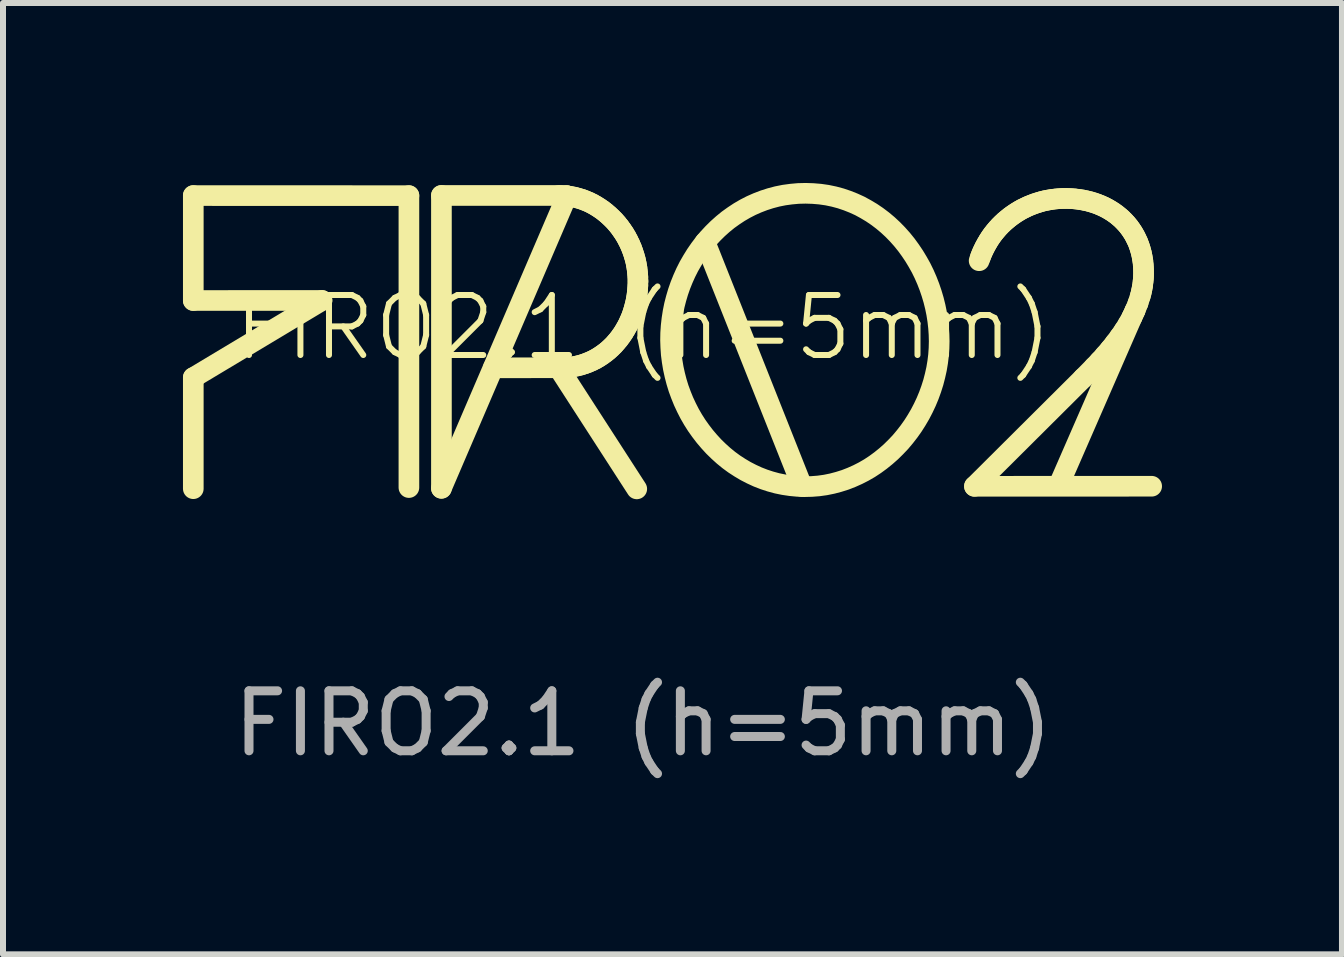
<source format=kicad_pcb>
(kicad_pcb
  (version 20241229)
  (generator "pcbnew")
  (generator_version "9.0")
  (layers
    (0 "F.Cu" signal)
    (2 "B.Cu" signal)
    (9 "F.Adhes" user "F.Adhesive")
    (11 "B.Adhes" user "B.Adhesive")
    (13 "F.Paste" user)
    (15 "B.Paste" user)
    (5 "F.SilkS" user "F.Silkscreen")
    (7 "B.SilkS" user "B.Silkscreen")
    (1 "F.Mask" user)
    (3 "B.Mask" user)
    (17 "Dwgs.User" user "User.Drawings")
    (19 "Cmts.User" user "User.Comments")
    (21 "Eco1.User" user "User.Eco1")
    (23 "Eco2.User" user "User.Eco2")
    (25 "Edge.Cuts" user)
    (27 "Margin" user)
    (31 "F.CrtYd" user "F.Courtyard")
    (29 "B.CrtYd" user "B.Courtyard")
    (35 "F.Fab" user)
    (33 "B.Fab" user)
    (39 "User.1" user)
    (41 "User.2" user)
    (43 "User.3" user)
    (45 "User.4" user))
  (footprint "FIRO2.1 (h=5mm)"
    (layer "F.Cu")
    (at 7.672 2.91)
    (property "Reference" "FIRO2.1 (h=5mm)" (at 0 -0.5 0) (unlocked yes) (layer "F.SilkS") (effects (font (size 1 1) (thickness 0.1))))
    (fp_line (start -7.5 -2.7) (end -7.5 -0.951) (stroke (width 0.344) (type solid) (color 255 255 255 1)) (layer "F.SilkS"))
    (fp_line (start -7.5 -0.951) (end -5.355 -0.952) (stroke (width 0.344) (type solid) (color 255 255 255 1)) (layer "F.SilkS"))
    (fp_line (start -7.5 0.334) (end -7.5 2.186) (stroke (width 0.344) (type solid) (color 255 255 255 1)) (layer "F.SilkS"))
    (fp_line (start -5.355 -0.952) (end -7.5 0.334) (stroke (width 0.344) (type solid) (color 255 255 255 1)) (layer "F.SilkS"))
    (fp_line (start -3.906 -2.699) (end -7.5 -2.7) (stroke (width 0.344) (type solid) (color 255 255 255 1)) (layer "F.SilkS"))
    (fp_line (start -3.906 -2.699) (end -3.906 2.167) (stroke (width 0.344) (type solid) (color 255 255 255 1)) (layer "F.SilkS"))
    (fp_line (start -3.364 2.179) (end -3.364 -2.702) (stroke (width 0.344) (type solid) (color 255 255 255 1)) (layer "F.SilkS"))
    (fp_line (start -3.364 -2.702) (end -1.402 -2.702) (stroke (width 0.344) (type solid) (color 255 255 255 1)) (layer "F.SilkS"))
    (fp_line (start -1.406 0.18) (end -0.108 2.189) (stroke (width 0.344) (type solid) (color 255 255 255 1)) (layer "F.SilkS"))
    (fp_line (start -1.402 -2.702) (end -1.271 -2.698) (stroke (width 0.344) (type solid) (color 255 255 255 1)) (layer "F.SilkS"))
    (fp_line (start -1.372 0.17) (end -2.499 0.171) (stroke (width 0.344) (type solid) (color 255 255 255 1)) (layer "F.SilkS"))
    (fp_line (start -1.336 -2.7) (end -1.272 -2.694) (stroke (width 0.344) (type solid) (color 255 255 255 1)) (layer "F.SilkS"))
    (fp_line (start -1.303 0.168) (end -1.372 0.17) (stroke (width 0.344) (type solid) (color 255 255 255 1)) (layer "F.SilkS"))
    (fp_line (start -1.272 -2.694) (end -1.207 -2.685) (stroke (width 0.344) (type solid) (color 255 255 255 1)) (layer "F.SilkS"))
    (fp_line (start -1.271 -2.698) (end -3.364 2.179) (stroke (width 0.344) (type solid) (color 255 255 255 1)) (layer "F.SilkS"))
    (fp_line (start -1.234 0.163) (end -1.303 0.168) (stroke (width 0.344) (type solid) (color 255 255 255 1)) (layer "F.SilkS"))
    (fp_line (start -1.207 -2.685) (end -1.144 -2.673) (stroke (width 0.344) (type solid) (color 255 255 255 1)) (layer "F.SilkS"))
    (fp_line (start -1.167 0.153) (end -1.234 0.163) (stroke (width 0.344) (type solid) (color 255 255 255 1)) (layer "F.SilkS"))
    (fp_line (start -1.144 -2.673) (end -1.082 -2.656) (stroke (width 0.344) (type solid) (color 255 255 255 1)) (layer "F.SilkS"))
    (fp_line (start -1.101 0.14) (end -1.167 0.153) (stroke (width 0.344) (type solid) (color 255 255 255 1)) (layer "F.SilkS"))
    (fp_line (start -1.082 -2.656) (end -1.02 -2.637) (stroke (width 0.344) (type solid) (color 255 255 255 1)) (layer "F.SilkS"))
    (fp_line (start -1.037 0.124) (end -1.101 0.14) (stroke (width 0.344) (type solid) (color 255 255 255 1)) (layer "F.SilkS"))
    (fp_line (start -1.02 -2.637) (end -0.96 -2.614) (stroke (width 0.344) (type solid) (color 255 255 255 1)) (layer "F.SilkS"))
    (fp_line (start -0.975 0.104) (end -1.037 0.124) (stroke (width 0.344) (type solid) (color 255 255 255 1)) (layer "F.SilkS"))
    (fp_line (start -0.96 -2.614) (end -0.901 -2.589) (stroke (width 0.344) (type solid) (color 255 255 255 1)) (layer "F.SilkS"))
    (fp_line (start -0.914 0.081) (end -0.975 0.104) (stroke (width 0.344) (type solid) (color 255 255 255 1)) (layer "F.SilkS"))
    (fp_line (start -0.901 -2.589) (end -0.843 -2.56) (stroke (width 0.344) (type solid) (color 255 255 255 1)) (layer "F.SilkS"))
    (fp_line (start -0.855 0.055) (end -0.914 0.081) (stroke (width 0.344) (type solid) (color 255 255 255 1)) (layer "F.SilkS"))
    (fp_line (start -0.843 -2.56) (end -0.787 -2.528) (stroke (width 0.344) (type solid) (color 255 255 255 1)) (layer "F.SilkS"))
    (fp_line (start -0.797 0.026) (end -0.855 0.055) (stroke (width 0.344) (type solid) (color 255 255 255 1)) (layer "F.SilkS"))
    (fp_line (start -0.787 -2.528) (end -0.732 -2.493) (stroke (width 0.344) (type solid) (color 255 255 255 1)) (layer "F.SilkS"))
    (fp_line (start -0.741 -0.007) (end -0.797 0.026) (stroke (width 0.344) (type solid) (color 255 255 255 1)) (layer "F.SilkS"))
    (fp_line (start -0.732 -2.493) (end -0.678 -2.456) (stroke (width 0.344) (type solid) (color 255 255 255 1)) (layer "F.SilkS"))
    (fp_line (start -0.688 -0.042) (end -0.741 -0.007) (stroke (width 0.344) (type solid) (color 255 255 255 1)) (layer "F.SilkS"))
    (fp_line (start -0.678 -2.456) (end -0.627 -2.416) (stroke (width 0.344) (type solid) (color 255 255 255 1)) (layer "F.SilkS"))
    (fp_line (start -0.636 -0.08) (end -0.688 -0.042) (stroke (width 0.344) (type solid) (color 255 255 255 1)) (layer "F.SilkS"))
    (fp_line (start -0.627 -2.416) (end -0.577 -2.373) (stroke (width 0.344) (type solid) (color 255 255 255 1)) (layer "F.SilkS"))
    (fp_line (start -0.586 -0.12) (end -0.636 -0.08) (stroke (width 0.344) (type solid) (color 255 255 255 1)) (layer "F.SilkS"))
    (fp_line (start -0.577 -2.373) (end -0.529 -2.328) (stroke (width 0.344) (type solid) (color 255 255 255 1)) (layer "F.SilkS"))
    (fp_line (start -0.538 -0.164) (end -0.586 -0.12) (stroke (width 0.344) (type solid) (color 255 255 255 1)) (layer "F.SilkS"))
    (fp_line (start -0.529 -2.328) (end -0.482 -2.281) (stroke (width 0.344) (type solid) (color 255 255 255 1)) (layer "F.SilkS"))
    (fp_line (start -0.492 -0.209) (end -0.538 -0.164) (stroke (width 0.344) (type solid) (color 255 255 255 1)) (layer "F.SilkS"))
    (fp_line (start -0.482 -2.281) (end -0.438 -2.231) (stroke (width 0.344) (type solid) (color 255 255 255 1)) (layer "F.SilkS"))
    (fp_line (start -0.449 -0.258) (end -0.492 -0.209) (stroke (width 0.344) (type solid) (color 255 255 255 1)) (layer "F.SilkS"))
    (fp_line (start -0.438 -2.231) (end -0.396 -2.179) (stroke (width 0.344) (type solid) (color 255 255 255 1)) (layer "F.SilkS"))
    (fp_line (start -0.407 -0.308) (end -0.449 -0.258) (stroke (width 0.344) (type solid) (color 255 255 255 1)) (layer "F.SilkS"))
    (fp_line (start -0.396 -2.179) (end -0.357 -2.125) (stroke (width 0.344) (type solid) (color 255 255 255 1)) (layer "F.SilkS"))
    (fp_line (start -0.368 -0.361) (end -0.407 -0.308) (stroke (width 0.344) (type solid) (color 255 255 255 1)) (layer "F.SilkS"))
    (fp_line (start -0.357 -2.125) (end -0.319 -2.069) (stroke (width 0.344) (type solid) (color 255 255 255 1)) (layer "F.SilkS"))
    (fp_line (start -0.331 -0.415) (end -0.368 -0.361) (stroke (width 0.344) (type solid) (color 255 255 255 1)) (layer "F.SilkS"))
    (fp_line (start -0.319 -2.069) (end -0.284 -2.011) (stroke (width 0.344) (type solid) (color 255 255 255 1)) (layer "F.SilkS"))
    (fp_line (start -0.297 -0.472) (end -0.331 -0.415) (stroke (width 0.344) (type solid) (color 255 255 255 1)) (layer "F.SilkS"))
    (fp_line (start -0.284 -2.011) (end -0.252 -1.951) (stroke (width 0.344) (type solid) (color 255 255 255 1)) (layer "F.SilkS"))
    (fp_line (start -0.264 -0.531) (end -0.297 -0.472) (stroke (width 0.344) (type solid) (color 255 255 255 1)) (layer "F.SilkS"))
    (fp_line (start -0.252 -1.951) (end -0.222 -1.889) (stroke (width 0.344) (type solid) (color 255 255 255 1)) (layer "F.SilkS"))
    (fp_line (start -0.235 -0.591) (end -0.264 -0.531) (stroke (width 0.344) (type solid) (color 255 255 255 1)) (layer "F.SilkS"))
    (fp_line (start -0.222 -1.889) (end -0.195 -1.826) (stroke (width 0.344) (type solid) (color 255 255 255 1)) (layer "F.SilkS"))
    (fp_line (start -0.208 -0.653) (end -0.235 -0.591) (stroke (width 0.344) (type solid) (color 255 255 255 1)) (layer "F.SilkS"))
    (fp_line (start -0.195 -1.826) (end -0.171 -1.761) (stroke (width 0.344) (type solid) (color 255 255 255 1)) (layer "F.SilkS"))
    (fp_line (start -0.183 -0.717) (end -0.208 -0.653) (stroke (width 0.344) (type solid) (color 255 255 255 1)) (layer "F.SilkS"))
    (fp_line (start -0.171 -1.761) (end -0.15 -1.695) (stroke (width 0.344) (type solid) (color 255 255 255 1)) (layer "F.SilkS"))
    (fp_line (start -0.162 -0.782) (end -0.183 -0.717) (stroke (width 0.344) (type solid) (color 255 255 255 1)) (layer "F.SilkS"))
    (fp_line (start -0.15 -1.695) (end -0.131 -1.628) (stroke (width 0.344) (type solid) (color 255 255 255 1)) (layer "F.SilkS"))
    (fp_line (start -0.143 -0.849) (end -0.162 -0.782) (stroke (width 0.344) (type solid) (color 255 255 255 1)) (layer "F.SilkS"))
    (fp_line (start -0.131 -1.628) (end -0.116 -1.559) (stroke (width 0.344) (type solid) (color 255 255 255 1)) (layer "F.SilkS"))
    (fp_line (start -0.126 -0.917) (end -0.143 -0.849) (stroke (width 0.344) (type solid) (color 255 255 255 1)) (layer "F.SilkS"))
    (fp_line (start -0.116 -1.559) (end -0.104 -1.489) (stroke (width 0.344) (type solid) (color 255 255 255 1)) (layer "F.SilkS"))
    (fp_line (start -0.113 -0.986) (end -0.126 -0.917) (stroke (width 0.344) (type solid) (color 255 255 255 1)) (layer "F.SilkS"))
    (fp_line (start -0.104 -1.489) (end -0.096 -1.418) (stroke (width 0.344) (type solid) (color 255 255 255 1)) (layer "F.SilkS"))
    (fp_line (start -0.102 -1.056) (end -0.113 -0.986) (stroke (width 0.344) (type solid) (color 255 255 255 1)) (layer "F.SilkS"))
    (fp_line (start -0.096 -1.418) (end -0.09 -1.345) (stroke (width 0.344) (type solid) (color 255 255 255 1)) (layer "F.SilkS"))
    (fp_line (start -0.095 -1.127) (end -0.102 -1.056) (stroke (width 0.344) (type solid) (color 255 255 255 1)) (layer "F.SilkS"))
    (fp_line (start -0.09 -1.345) (end -0.088 -1.272) (stroke (width 0.344) (type solid) (color 255 255 255 1)) (layer "F.SilkS"))
    (fp_line (start -0.09 -1.199) (end -0.095 -1.127) (stroke (width 0.344) (type solid) (color 255 255 255 1)) (layer "F.SilkS"))
    (fp_line (start -0.088 -1.272) (end -0.09 -1.199) (stroke (width 0.344) (type solid) (color 255 255 255 1)) (layer "F.SilkS"))
    (fp_line (start 1.031 -1.924) (end 2.649 2.15) (stroke (width 0.344) (type solid) (color 255 255 255 1)) (layer "F.SilkS"))
    (fp_line (start 5.521 2.146) (end 8.475 2.145) (stroke (width 0.344) (type solid) (color 255 255 255 1)) (layer "F.SilkS"))
    (fp_line (start 5.599 -1.614) (end 5.62 -1.674) (stroke (width 0.344) (type solid) (color 255 255 255 1)) (layer "F.SilkS"))
    (fp_line (start 5.62 -1.674) (end 5.643 -1.733) (stroke (width 0.344) (type solid) (color 255 255 255 1)) (layer "F.SilkS"))
    (fp_line (start 5.643 -1.733) (end 5.669 -1.79) (stroke (width 0.344) (type solid) (color 255 255 255 1)) (layer "F.SilkS"))
    (fp_line (start 5.669 -1.79) (end 5.696 -1.845) (stroke (width 0.344) (type solid) (color 255 255 255 1)) (layer "F.SilkS"))
    (fp_line (start 5.696 -1.845) (end 5.726 -1.899) (stroke (width 0.344) (type solid) (color 255 255 255 1)) (layer "F.SilkS"))
    (fp_line (start 5.726 -1.899) (end 5.757 -1.952) (stroke (width 0.344) (type solid) (color 255 255 255 1)) (layer "F.SilkS"))
    (fp_line (start 5.757 -1.952) (end 5.79 -2.003) (stroke (width 0.344) (type solid) (color 255 255 255 1)) (layer "F.SilkS"))
    (fp_line (start 5.79 -2.003) (end 5.825 -2.052) (stroke (width 0.344) (type solid) (color 255 255 255 1)) (layer "F.SilkS"))
    (fp_line (start 5.825 -2.052) (end 5.862 -2.099) (stroke (width 0.344) (type solid) (color 255 255 255 1)) (layer "F.SilkS"))
    (fp_line (start 5.862 -2.099) (end 5.901 -2.145) (stroke (width 0.344) (type solid) (color 255 255 255 1)) (layer "F.SilkS"))
    (fp_line (start 5.901 -2.145) (end 5.941 -2.189) (stroke (width 0.344) (type solid) (color 255 255 255 1)) (layer "F.SilkS"))
    (fp_line (start 5.941 -2.189) (end 5.983 -2.231) (stroke (width 0.344) (type solid) (color 255 255 255 1)) (layer "F.SilkS"))
    (fp_line (start 5.983 -2.231) (end 6.026 -2.271) (stroke (width 0.344) (type solid) (color 255 255 255 1)) (layer "F.SilkS"))
    (fp_line (start 6.026 -2.271) (end 6.071 -2.309) (stroke (width 0.344) (type solid) (color 255 255 255 1)) (layer "F.SilkS"))
    (fp_line (start 6.071 -2.309) (end 6.117 -2.346) (stroke (width 0.344) (type solid) (color 255 255 255 1)) (layer "F.SilkS"))
    (fp_line (start 6.117 -2.346) (end 6.164 -2.38) (stroke (width 0.344) (type solid) (color 255 255 255 1)) (layer "F.SilkS"))
    (fp_line (start 6.164 -2.38) (end 6.213 -2.413) (stroke (width 0.344) (type solid) (color 255 255 255 1)) (layer "F.SilkS"))
    (fp_line (start 6.213 -2.413) (end 6.263 -2.444) (stroke (width 0.344) (type solid) (color 255 255 255 1)) (layer "F.SilkS"))
    (fp_line (start 6.263 -2.444) (end 6.314 -2.473) (stroke (width 0.344) (type solid) (color 255 255 255 1)) (layer "F.SilkS"))
    (fp_line (start 6.314 -2.473) (end 6.367 -2.499) (stroke (width 0.344) (type solid) (color 255 255 255 1)) (layer "F.SilkS"))
    (fp_line (start 6.367 -2.499) (end 6.42 -2.524) (stroke (width 0.344) (type solid) (color 255 255 255 1)) (layer "F.SilkS"))
    (fp_line (start 6.42 -2.524) (end 6.474 -2.546) (stroke (width 0.344) (type solid) (color 255 255 255 1)) (layer "F.SilkS"))
    (fp_line (start 6.474 -2.546) (end 6.53 -2.567) (stroke (width 0.344) (type solid) (color 255 255 255 1)) (layer "F.SilkS"))
    (fp_line (start 6.53 -2.567) (end 6.586 -2.585) (stroke (width 0.344) (type solid) (color 255 255 255 1)) (layer "F.SilkS"))
    (fp_line (start 6.586 -2.585) (end 6.643 -2.602) (stroke (width 0.344) (type solid) (color 255 255 255 1)) (layer "F.SilkS"))
    (fp_line (start 6.643 -2.602) (end 6.7 -2.616) (stroke (width 0.344) (type solid) (color 255 255 255 1)) (layer "F.SilkS"))
    (fp_line (start 6.7 -2.616) (end 6.759 -2.627) (stroke (width 0.344) (type solid) (color 255 255 255 1)) (layer "F.SilkS"))
    (fp_line (start 6.759 -2.627) (end 6.818 -2.637) (stroke (width 0.344) (type solid) (color 255 255 255 1)) (layer "F.SilkS"))
    (fp_line (start 6.818 -2.637) (end 6.878 -2.644) (stroke (width 0.344) (type solid) (color 255 255 255 1)) (layer "F.SilkS"))
    (fp_line (start 6.878 -2.644) (end 6.938 -2.649) (stroke (width 0.344) (type solid) (color 255 255 255 1)) (layer "F.SilkS"))
    (fp_line (start 6.931 2.117) (end 8.195 -0.781) (stroke (width 0.344) (type solid) (color 255 255 255 1)) (layer "F.SilkS"))
    (fp_line (start 6.938 -2.649) (end 6.998 -2.652) (stroke (width 0.344) (type solid) (color 255 255 255 1)) (layer "F.SilkS"))
    (fp_line (start 6.998 -2.652) (end 7.059 -2.652) (stroke (width 0.344) (type solid) (color 255 255 255 1)) (layer "F.SilkS"))
    (fp_line (start 7.059 -2.652) (end 7.126 -2.65) (stroke (width 0.344) (type solid) (color 255 255 255 1)) (layer "F.SilkS"))
    (fp_line (start 7.126 -2.65) (end 7.193 -2.645) (stroke (width 0.344) (type solid) (color 255 255 255 1)) (layer "F.SilkS"))
    (fp_line (start 7.193 -2.645) (end 7.258 -2.637) (stroke (width 0.344) (type solid) (color 255 255 255 1)) (layer "F.SilkS"))
    (fp_line (start 7.258 -2.637) (end 7.322 -2.627) (stroke (width 0.344) (type solid) (color 255 255 255 1)) (layer "F.SilkS"))
    (fp_line (start 7.322 -2.627) (end 7.384 -2.614) (stroke (width 0.344) (type solid) (color 255 255 255 1)) (layer "F.SilkS"))
    (fp_line (start 7.335 0.34) (end 5.521 2.146) (stroke (width 0.344) (type solid) (color 255 255 255 1)) (layer "F.SilkS"))
    (fp_line (start 7.384 -2.614) (end 7.446 -2.599) (stroke (width 0.344) (type solid) (color 255 255 255 1)) (layer "F.SilkS"))
    (fp_line (start 7.446 -2.599) (end 7.506 -2.581) (stroke (width 0.344) (type solid) (color 255 255 255 1)) (layer "F.SilkS"))
    (fp_line (start 7.506 -2.581) (end 7.565 -2.561) (stroke (width 0.344) (type solid) (color 255 255 255 1)) (layer "F.SilkS"))
    (fp_line (start 7.517 0.155) (end 7.335 0.34) (stroke (width 0.344) (type solid) (color 255 255 255 1)) (layer "F.SilkS"))
    (fp_line (start 7.565 -2.561) (end 7.622 -2.538) (stroke (width 0.344) (type solid) (color 255 255 255 1)) (layer "F.SilkS"))
    (fp_line (start 7.607 0.06) (end 7.517 0.155) (stroke (width 0.344) (type solid) (color 255 255 255 1)) (layer "F.SilkS"))
    (fp_line (start 7.622 -2.538) (end 7.678 -2.513) (stroke (width 0.344) (type solid) (color 255 255 255 1)) (layer "F.SilkS"))
    (fp_line (start 7.678 -2.513) (end 7.732 -2.485) (stroke (width 0.344) (type solid) (color 255 255 255 1)) (layer "F.SilkS"))
    (fp_line (start 7.695 -0.038) (end 7.607 0.06) (stroke (width 0.344) (type solid) (color 255 255 255 1)) (layer "F.SilkS"))
    (fp_line (start 7.732 -2.485) (end 7.784 -2.455) (stroke (width 0.344) (type solid) (color 255 255 255 1)) (layer "F.SilkS"))
    (fp_line (start 7.781 -0.138) (end 7.695 -0.038) (stroke (width 0.344) (type solid) (color 255 255 255 1)) (layer "F.SilkS"))
    (fp_line (start 7.784 -2.455) (end 7.834 -2.423) (stroke (width 0.344) (type solid) (color 255 255 255 1)) (layer "F.SilkS"))
    (fp_line (start 7.834 -2.423) (end 7.883 -2.388) (stroke (width 0.344) (type solid) (color 255 255 255 1)) (layer "F.SilkS"))
    (fp_line (start 7.863 -0.241) (end 7.781 -0.138) (stroke (width 0.344) (type solid) (color 255 255 255 1)) (layer "F.SilkS"))
    (fp_line (start 7.883 -2.388) (end 7.929 -2.351) (stroke (width 0.344) (type solid) (color 255 255 255 1)) (layer "F.SilkS"))
    (fp_line (start 7.929 -2.351) (end 7.974 -2.312) (stroke (width 0.344) (type solid) (color 255 255 255 1)) (layer "F.SilkS"))
    (fp_line (start 7.942 -0.346) (end 7.863 -0.241) (stroke (width 0.344) (type solid) (color 255 255 255 1)) (layer "F.SilkS"))
    (fp_line (start 7.974 -2.312) (end 8.016 -2.27) (stroke (width 0.344) (type solid) (color 255 255 255 1)) (layer "F.SilkS"))
    (fp_line (start 8.016 -0.453) (end 7.942 -0.346) (stroke (width 0.344) (type solid) (color 255 255 255 1)) (layer "F.SilkS"))
    (fp_line (start 8.016 -2.27) (end 8.056 -2.227) (stroke (width 0.344) (type solid) (color 255 255 255 1)) (layer "F.SilkS"))
    (fp_line (start 8.056 -2.227) (end 8.094 -2.181) (stroke (width 0.344) (type solid) (color 255 255 255 1)) (layer "F.SilkS"))
    (fp_line (start 8.084 -0.562) (end 8.016 -0.453) (stroke (width 0.344) (type solid) (color 255 255 255 1)) (layer "F.SilkS"))
    (fp_line (start 8.094 -2.181) (end 8.129 -2.133) (stroke (width 0.344) (type solid) (color 255 255 255 1)) (layer "F.SilkS"))
    (fp_line (start 8.129 -2.133) (end 8.162 -2.083) (stroke (width 0.344) (type solid) (color 255 255 255 1)) (layer "F.SilkS"))
    (fp_line (start 8.146 -0.674) (end 8.084 -0.562) (stroke (width 0.344) (type solid) (color 255 255 255 1)) (layer "F.SilkS"))
    (fp_line (start 8.162 -2.083) (end 8.193 -2.03) (stroke (width 0.344) (type solid) (color 255 255 255 1)) (layer "F.SilkS"))
    (fp_line (start 8.193 -2.03) (end 8.22 -1.976) (stroke (width 0.344) (type solid) (color 255 255 255 1)) (layer "F.SilkS"))
    (fp_line (start 8.2 -0.789) (end 8.146 -0.674) (stroke (width 0.344) (type solid) (color 255 255 255 1)) (layer "F.SilkS"))
    (fp_line (start 8.22 -1.976) (end 8.246 -1.92) (stroke (width 0.344) (type solid) (color 255 255 255 1)) (layer "F.SilkS"))
    (fp_line (start 8.246 -1.92) (end 8.268 -1.861) (stroke (width 0.344) (type solid) (color 255 255 255 1)) (layer "F.SilkS"))
    (fp_line (start 8.247 -0.906) (end 8.2 -0.789) (stroke (width 0.344) (type solid) (color 255 255 255 1)) (layer "F.SilkS"))
    (fp_line (start 8.268 -1.861) (end 8.287 -1.801) (stroke (width 0.344) (type solid) (color 255 255 255 1)) (layer "F.SilkS"))
    (fp_line (start 8.285 -1.025) (end 8.247 -0.906) (stroke (width 0.344) (type solid) (color 255 255 255 1)) (layer "F.SilkS"))
    (fp_line (start 8.287 -1.801) (end 8.304 -1.739) (stroke (width 0.344) (type solid) (color 255 255 255 1)) (layer "F.SilkS"))
    (fp_line (start 8.301 -1.086) (end 8.285 -1.025) (stroke (width 0.344) (type solid) (color 255 255 255 1)) (layer "F.SilkS"))
    (fp_line (start 8.304 -1.739) (end 8.317 -1.675) (stroke (width 0.344) (type solid) (color 255 255 255 1)) (layer "F.SilkS"))
    (fp_line (start 8.314 -1.147) (end 8.301 -1.086) (stroke (width 0.344) (type solid) (color 255 255 255 1)) (layer "F.SilkS"))
    (fp_line (start 8.317 -1.675) (end 8.328 -1.609) (stroke (width 0.344) (type solid) (color 255 255 255 1)) (layer "F.SilkS"))
    (fp_line (start 8.325 -1.209) (end 8.314 -1.147) (stroke (width 0.344) (type solid) (color 255 255 255 1)) (layer "F.SilkS"))
    (fp_line (start 8.328 -1.609) (end 8.335 -1.541) (stroke (width 0.344) (type solid) (color 255 255 255 1)) (layer "F.SilkS"))
    (fp_line (start 8.332 -1.272) (end 8.325 -1.209) (stroke (width 0.344) (type solid) (color 255 255 255 1)) (layer "F.SilkS"))
    (fp_line (start 8.335 -1.541) (end 8.339 -1.471) (stroke (width 0.344) (type solid) (color 255 255 255 1)) (layer "F.SilkS"))
    (fp_line (start 8.338 -1.335) (end 8.332 -1.272) (stroke (width 0.344) (type solid) (color 255 255 255 1)) (layer "F.SilkS"))
    (fp_line (start 8.339 -1.471) (end 8.34 -1.399) (stroke (width 0.344) (type solid) (color 255 255 255 1)) (layer "F.SilkS"))
    (fp_line (start 8.34 -1.399) (end 8.338 -1.335) (stroke (width 0.344) (type solid) (color 255 255 255 1)) (layer "F.SilkS"))
    (fp_poly (pts (xy 2.829 -2.734) (xy 2.948 -2.724) (xy 3.066 -2.707) (xy 3.18 -2.683) (xy 3.292 -2.653) (xy 3.401 -2.616) (xy 3.507 -2.574) (xy 3.61 -2.527) (xy 3.709 -2.473) (xy 3.806 -2.415) (xy 3.899 -2.352) (xy 3.989 -2.284) (xy 4.076 -2.211) (xy 4.159 -2.134) (xy 4.238 -2.053) (xy 4.313 -1.969) (xy 4.385 -1.88) (xy 4.452 -1.788) (xy 4.516 -1.693) (xy 4.575 -1.595) (xy 4.631 -1.495) (xy 4.682 -1.391) (xy 4.728 -1.286) (xy 4.77 -1.178) (xy 4.807 -1.069) (xy 4.84 -0.958) (xy 4.868 -0.845) (xy 4.891 -0.732) (xy 4.909 -0.617) (xy 4.922 -0.502) (xy 4.93 -0.386) (xy 4.933 -0.27) (xy 4.93 -0.154) (xy 4.922 -0.039) (xy 4.908 0.076) (xy 4.889 0.19) (xy 4.864 0.302) (xy 4.835 0.414) (xy 4.8 0.524) (xy 4.761 0.632) (xy 4.717 0.738) (xy 4.668 0.842) (xy 4.615 0.944) (xy 4.557 1.043) (xy 4.496 1.139) (xy 4.43 1.232) (xy 4.36 1.322) (xy 4.287 1.409) (xy 4.209 1.491) (xy 4.129 1.57) (xy 4.044 1.645) (xy 3.956 1.716) (xy 3.866 1.782) (xy 3.772 1.844) (xy 3.675 1.9) (xy 3.575 1.951) (xy 3.472 1.997) (xy 3.367 2.038) (xy 3.259 2.072) (xy 3.15 2.101) (xy 3.037 2.124) (xy 2.923 2.14) (xy 2.807 2.149) (xy 2.689 2.152) (xy 2.571 2.147) (xy 2.455 2.136) (xy 2.341 2.119) (xy 2.229 2.096) (xy 2.119 2.066) (xy 2.012 2.031) (xy 1.907 1.99) (xy 1.805 1.943) (xy 1.706 1.892) (xy 1.61 1.835) (xy 1.516 1.774) (xy 1.426 1.708) (xy 1.339 1.637) (xy 1.256 1.562) (xy 1.175 1.483) (xy 1.099 1.4) (xy 1.026 1.314) (xy 0.957 1.224) (xy 0.891 1.131) (xy 0.83 1.035) (xy 0.773 0.936) (xy 0.721 0.834) (xy 0.672 0.729) (xy 0.629 0.623) (xy 0.589 0.514) (xy 0.555 0.403) (xy 0.526 0.291) (xy 0.501 0.177) (xy 0.482 0.062) (xy 0.467 -0.054) (xy 0.459 -0.171) (xy 0.455 -0.289) (xy 0.457 -0.407) (xy 0.465 -0.525) (xy 0.478 -0.641) (xy 0.496 -0.757) (xy 0.519 -0.871) (xy 0.548 -0.984) (xy 0.581 -1.095) (xy 0.619 -1.204) (xy 0.662 -1.311) (xy 0.709 -1.416) (xy 0.761 -1.519) (xy 0.818 -1.618) (xy 0.878 -1.715) (xy 0.943 -1.809) (xy 1.012 -1.9) (xy 1.085 -1.987) (xy 1.162 -2.07) (xy 1.242 -2.149) (xy 1.327 -2.225) (xy 1.414 -2.296) (xy 1.506 -2.362) (xy 1.6 -2.424) (xy 1.698 -2.481) (xy 1.799 -2.533) (xy 1.903 -2.579) (xy 2.01 -2.62) (xy 2.119 -2.655) (xy 2.232 -2.685) (xy 2.347 -2.708) (xy 2.464 -2.724) (xy 2.584 -2.735) (xy 2.707 -2.738) (xy 2.707 -2.738)) (stroke (width 0.344) (type solid) (color 255 255 255 1)) (fill no) (layer "F.SilkS"))
    (fp_text user "${REFERENCE}" (at 0 6.1 0) (unlocked yes) (layer "F.Fab") (effects (font (size 1 1) (thickness 0.15)))))
  (gr_rect
    (start -3 -3)
    (end 19.319 12.858)
    (stroke (width 0.1) (type default))
    (fill no)
    (layer "Edge.Cuts")))
</source>
